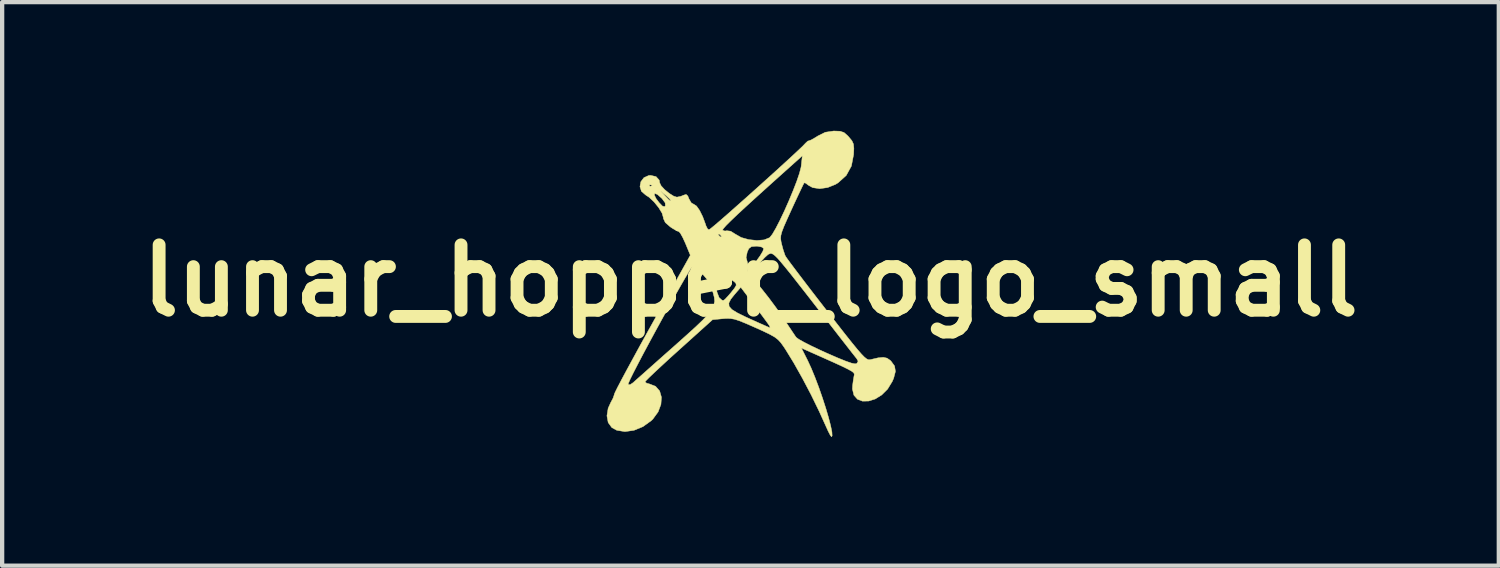
<source format=kicad_pcb>
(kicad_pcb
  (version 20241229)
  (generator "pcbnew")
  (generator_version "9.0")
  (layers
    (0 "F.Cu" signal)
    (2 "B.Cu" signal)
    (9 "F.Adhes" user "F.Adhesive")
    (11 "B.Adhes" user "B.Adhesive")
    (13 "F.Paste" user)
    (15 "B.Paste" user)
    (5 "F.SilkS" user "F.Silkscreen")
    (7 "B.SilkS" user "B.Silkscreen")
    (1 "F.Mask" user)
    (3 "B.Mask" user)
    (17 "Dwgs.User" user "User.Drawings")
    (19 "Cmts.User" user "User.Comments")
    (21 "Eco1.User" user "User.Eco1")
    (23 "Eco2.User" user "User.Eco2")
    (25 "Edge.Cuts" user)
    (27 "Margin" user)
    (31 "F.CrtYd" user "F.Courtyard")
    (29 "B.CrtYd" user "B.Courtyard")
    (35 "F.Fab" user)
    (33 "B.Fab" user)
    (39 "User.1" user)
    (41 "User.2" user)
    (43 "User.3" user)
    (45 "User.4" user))
  (footprint "lunar_hopper_logo_small"
    (layer "F.Cu")
    (at 14.449 3.494)
    (property "Reference" "lunar_hopper_logo_small" (at 0 0 0) (layer "F.SilkS") (effects (font (size 1.524 1.524) (thickness 0.3))))
    (attr through_hole)
    (fp_poly (pts (xy 2.09 -3.484) (xy 2.181 -3.454) (xy 2.264 -3.382) (xy 2.294 -3.349) (xy 2.365 -3.263) (xy 2.401 -3.185) (xy 2.411 -3.084) (xy 2.405 -2.941) (xy 2.353 -2.672) (xy 2.233 -2.453) (xy 2.043 -2.282) (xy 1.981 -2.244) (xy 1.799 -2.171) (xy 1.614 -2.145) (xy 1.451 -2.169) (xy 1.355 -2.222) (xy 1.287 -2.273) (xy 1.253 -2.282) (xy 1.23 -2.24) (xy 1.179 -2.134) (xy 1.105 -1.978) (xy 1.015 -1.785) (xy 0.957 -1.659) (xy 0.853 -1.43) (xy 0.779 -1.262) (xy 0.733 -1.142) (xy 0.709 -1.054) (xy 0.704 -0.982) (xy 0.713 -0.913) (xy 0.726 -0.855) (xy 0.763 -0.717) (xy 0.802 -0.602) (xy 0.815 -0.572) (xy 0.851 -0.519) (xy 0.932 -0.408) (xy 1.053 -0.247) (xy 1.207 -0.044) (xy 1.388 0.193) (xy 1.59 0.455) (xy 1.773 0.691) (xy 2.016 1.004) (xy 2.213 1.256) (xy 2.37 1.453) (xy 2.492 1.602) (xy 2.585 1.709) (xy 2.655 1.781) (xy 2.707 1.823) (xy 2.746 1.842) (xy 2.779 1.844) (xy 2.793 1.842) (xy 2.974 1.8) (xy 3.097 1.788) (xy 3.184 1.807) (xy 3.258 1.858) (xy 3.278 1.878) (xy 3.36 1.99) (xy 3.38 2.116) (xy 3.339 2.274) (xy 3.307 2.349) (xy 3.197 2.529) (xy 3.06 2.665) (xy 2.909 2.759) (xy 2.756 2.807) (xy 2.613 2.81) (xy 2.495 2.765) (xy 2.412 2.671) (xy 2.377 2.528) (xy 2.381 2.446) (xy 2.398 2.318) (xy 2.415 2.22) (xy 2.419 2.202) (xy 2.42 2.174) (xy 2.403 2.145) (xy 2.357 2.11) (xy 2.274 2.064) (xy 2.144 2) (xy 1.957 1.914) (xy 1.702 1.8) (xy 1.662 1.782) (xy 1.187 1.571) (xy 1.334 1.863) (xy 1.417 2.043) (xy 1.505 2.257) (xy 1.594 2.492) (xy 1.678 2.734) (xy 1.755 2.972) (xy 1.82 3.192) (xy 1.869 3.381) (xy 1.899 3.527) (xy 1.904 3.617) (xy 1.89 3.641) (xy 1.861 3.605) (xy 1.813 3.513) (xy 1.77 3.418) (xy 1.602 3.047) (xy 1.412 2.657) (xy 1.21 2.273) (xy 1.009 1.916) (xy 0.822 1.611) (xy 0.775 1.54) (xy 0.71 1.449) (xy 0.645 1.378) (xy 0.564 1.315) (xy 0.45 1.251) (xy 0.288 1.173) (xy 0.113 1.094) (xy -0.101 1) (xy -0.256 0.937) (xy -0.373 0.899) (xy -0.468 0.883) (xy -0.562 0.881) (xy -0.643 0.887) (xy -0.884 0.91) (xy -1.67 1.618) (xy -1.886 1.813) (xy -2.079 1.991) (xy -2.241 2.142) (xy -2.364 2.259) (xy -2.438 2.334) (xy -2.458 2.359) (xy -2.423 2.39) (xy -2.362 2.406) (xy -2.214 2.463) (xy -2.118 2.572) (xy -2.076 2.718) (xy -2.088 2.886) (xy -2.154 3.061) (xy -2.276 3.228) (xy -2.314 3.265) (xy -2.507 3.404) (xy -2.717 3.49) (xy -2.927 3.52) (xy -3.117 3.489) (xy -3.233 3.426) (xy -3.318 3.309) (xy -3.347 3.151) (xy -3.319 2.976) (xy -3.26 2.846) (xy -3.204 2.74) (xy -3.176 2.658) (xy -3.175 2.648) (xy -3.155 2.6) (xy -3.098 2.485) (xy -3.063 2.419) (xy -2.854 2.419) (xy -2.807 2.426) (xy -2.737 2.379) (xy -2.682 2.329) (xy -2.572 2.232) (xy -2.418 2.095) (xy -2.229 1.927) (xy -2.013 1.735) (xy -1.781 1.53) (xy -1.5 1.279) (xy -1.276 1.076) (xy -1.105 0.912) (xy -0.982 0.779) (xy -0.899 0.668) (xy -0.853 0.572) (xy -0.844 0.523) (xy -0.505 0.523) (xy -0.498 0.599) (xy -0.433 0.673) (xy -0.303 0.753) (xy -0.103 0.851) (xy -0.032 0.883) (xy 0.151 0.966) (xy 0.304 1.034) (xy 0.411 1.081) (xy 0.457 1.1) (xy 0.458 1.1) (xy 0.452 1.072) (xy 0.439 1.048) (xy 0.403 0.995) (xy 0.326 0.89) (xy 0.22 0.747) (xy 0.096 0.582) (xy 0.091 0.574) (xy -0.226 0.154) (xy -0.367 0.317) (xy -0.459 0.432) (xy -0.505 0.523) (xy -0.844 0.523) (xy -0.836 0.481) (xy -0.845 0.387) (xy -0.872 0.283) (xy -0.896 0.21) (xy -0.915 0.169) (xy -0.796 0.169) (xy -0.782 0.26) (xy -0.781 0.265) (xy -0.731 0.396) (xy -0.658 0.461) (xy -0.633 0.465) (xy -0.596 0.436) (xy -0.523 0.359) (xy -0.455 0.28) (xy -0.37 0.173) (xy -0.333 0.109) (xy -0.339 0.066) (xy -0.374 0.028) (xy -0.434 -0.015) (xy -0.476 0.01) (xy -0.499 0.044) (xy -0.59 0.113) (xy -0.681 0.127) (xy -0.768 0.133) (xy -0.796 0.169) (xy -0.915 0.169) (xy -1.002 -0.018) (xy -1.125 -0.163) (xy 0.03 -0.163) (xy 0.038 -0.112) (xy 0.082 -0.036) (xy 0.169 0.079) (xy 0.267 0.199) (xy 0.422 0.395) (xy 0.59 0.621) (xy 0.742 0.837) (xy 0.776 0.889) (xy 0.882 1.049) (xy 0.975 1.189) (xy 1.043 1.29) (xy 1.067 1.323) (xy 1.123 1.365) (xy 1.242 1.432) (xy 1.411 1.518) (xy 1.615 1.615) (xy 1.775 1.688) (xy 2.034 1.801) (xy 2.225 1.878) (xy 2.358 1.924) (xy 2.44 1.94) (xy 2.48 1.931) (xy 2.51 1.877) (xy 2.478 1.82) (xy 2.44 1.772) (xy 2.356 1.666) (xy 2.234 1.509) (xy 2.08 1.312) (xy 1.901 1.081) (xy 1.703 0.826) (xy 1.588 0.677) (xy 1.33 0.345) (xy 1.118 0.074) (xy 0.948 -0.143) (xy 0.813 -0.31) (xy 0.709 -0.435) (xy 0.631 -0.524) (xy 0.572 -0.582) (xy 0.528 -0.616) (xy 0.495 -0.631) (xy 0.467 -0.635) (xy 0.412 -0.612) (xy 0.329 -0.537) (xy 0.212 -0.406) (xy 0.055 -0.21) (xy 0.049 -0.203) (xy 0.03 -0.163) (xy -1.125 -0.163) (xy -1.146 -0.188) (xy -1.246 -0.273) (xy -1.322 -0.328) (xy -1.347 -0.339) (xy -1.377 -0.303) (xy -1.441 -0.202) (xy -1.533 -0.047) (xy -1.648 0.153) (xy -1.781 0.388) (xy -1.925 0.647) (xy -2.076 0.921) (xy -2.228 1.199) (xy -2.375 1.471) (xy -2.512 1.727) (xy -2.633 1.958) (xy -2.733 2.152) (xy -2.806 2.3) (xy -2.847 2.393) (xy -2.854 2.419) (xy -3.063 2.419) (xy -3.008 2.313) (xy -2.889 2.091) (xy -2.745 1.826) (xy -2.582 1.527) (xy -2.402 1.201) (xy -2.289 0.998) (xy -1.432 -0.541) (xy -0.102 -0.541) (xy -0.079 -0.456) (xy -0.052 -0.352) (xy -0.056 -0.292) (xy -0.068 -0.226) (xy -0.066 -0.212) (xy -0.036 -0.242) (xy 0.031 -0.324) (xy 0.122 -0.438) (xy 0.135 -0.455) (xy 0.226 -0.581) (xy 0.288 -0.685) (xy 0.308 -0.748) (xy 0.308 -0.751) (xy 0.257 -0.786) (xy 0.155 -0.804) (xy 0.133 -0.804) (xy 0.023 -0.794) (xy -0.037 -0.749) (xy -0.074 -0.672) (xy -0.102 -0.541) (xy -1.432 -0.541) (xy -1.403 -0.594) (xy -1.516 -0.868) (xy -1.578 -1.004) (xy -1.625 -1.089) (xy -0.755 -1.089) (xy -0.745 -1.065) (xy -0.702 -1.019) (xy -0.678 -1.029) (xy -0.677 -1.035) (xy -0.707 -1.07) (xy -0.726 -1.084) (xy -0.755 -1.089) (xy -1.625 -1.089) (xy -1.632 -1.102) (xy -1.669 -1.143) (xy -1.67 -1.143) (xy -1.726 -1.165) (xy -1.754 -1.182) (xy -0.651 -1.182) (xy -0.651 -1.177) (xy -0.597 -1.157) (xy -0.552 -1.164) (xy -0.462 -1.153) (xy -0.352 -1.084) (xy -0.215 -1.006) (xy -0.039 -0.957) (xy 0.148 -0.937) (xy 0.319 -0.951) (xy 0.444 -1.002) (xy 0.45 -1.006) (xy 0.51 -1.082) (xy 0.591 -1.221) (xy 0.687 -1.407) (xy 0.791 -1.626) (xy 0.895 -1.861) (xy 0.993 -2.096) (xy 1.078 -2.315) (xy 1.142 -2.503) (xy 1.178 -2.642) (xy 1.183 -2.673) (xy 1.209 -2.912) (xy 0.827 -2.57) (xy 0.455 -2.236) (xy 0.144 -1.955) (xy -0.111 -1.722) (xy -0.312 -1.536) (xy -0.463 -1.392) (xy -0.568 -1.287) (xy -0.629 -1.218) (xy -0.651 -1.182) (xy -1.754 -1.182) (xy -1.822 -1.222) (xy -1.871 -1.255) (xy -1.986 -1.355) (xy -2.031 -1.451) (xy -2.032 -1.472) (xy -2.062 -1.575) (xy -2.141 -1.704) (xy -2.248 -1.836) (xy -2.364 -1.945) (xy -2.446 -1.999) (xy -2.447 -2) (xy -2.243 -2) (xy -2.201 -1.913) (xy -2.132 -1.821) (xy -2.053 -1.739) (xy -2.004 -1.725) (xy -1.985 -1.743) (xy -1.989 -1.814) (xy -2.063 -1.915) (xy -2.168 -2.009) (xy -2.23 -2.034) (xy -2.243 -2) (xy -2.447 -2) (xy -2.542 -2.082) (xy -2.546 -2.095) (xy -2.095 -2.095) (xy -1.993 -1.979) (xy -1.91 -1.891) (xy -1.87 -1.863) (xy -1.863 -1.876) (xy -1.891 -1.91) (xy -1.961 -1.977) (xy -1.979 -1.993) (xy -2.095 -2.095) (xy -2.546 -2.095) (xy -2.577 -2.192) (xy -2.57 -2.23) (xy -2.357 -2.23) (xy -2.351 -2.204) (xy -2.328 -2.201) (xy -2.293 -2.217) (xy -2.3 -2.23) (xy -2.35 -2.235) (xy -2.357 -2.23) (xy -2.57 -2.23) (xy -2.556 -2.307) (xy -2.485 -2.401) (xy -2.372 -2.452) (xy -2.33 -2.455) (xy -2.202 -2.426) (xy -2.128 -2.344) (xy -2.117 -2.281) (xy -2.084 -2.212) (xy -2.002 -2.123) (xy -1.895 -2.036) (xy -1.79 -1.97) (xy -1.716 -1.947) (xy -1.621 -1.967) (xy -1.562 -1.992) (xy -1.501 -2.011) (xy -1.461 -1.974) (xy -1.434 -1.907) (xy -1.379 -1.812) (xy -1.316 -1.778) (xy -1.258 -1.74) (xy -1.187 -1.639) (xy -1.114 -1.492) (xy -1.049 -1.317) (xy -1.038 -1.281) (xy -1.001 -1.207) (xy -0.969 -1.185) (xy -0.93 -1.213) (xy -0.837 -1.289) (xy -0.699 -1.407) (xy -0.525 -1.559) (xy -0.324 -1.737) (xy -0.104 -1.932) (xy 0.126 -2.138) (xy 0.357 -2.346) (xy 0.581 -2.548) (xy 0.788 -2.737) (xy 0.97 -2.904) (xy 1.118 -3.042) (xy 1.224 -3.143) (xy 1.278 -3.2) (xy 1.283 -3.206) (xy 1.337 -3.255) (xy 1.358 -3.26) (xy 1.415 -3.281) (xy 1.513 -3.337) (xy 1.57 -3.373) (xy 1.744 -3.46) (xy 1.937 -3.489) (xy 1.954 -3.489) (xy 2.09 -3.484)) (stroke (width 0.01) (type solid)) (fill yes) (layer "F.SilkS")))
  (gr_rect
    (start -3 -3)
    (end 31.898 10.14)
    (stroke (width 0.1) (type default))
    (fill no)
    (layer "Edge.Cuts")))
</source>
